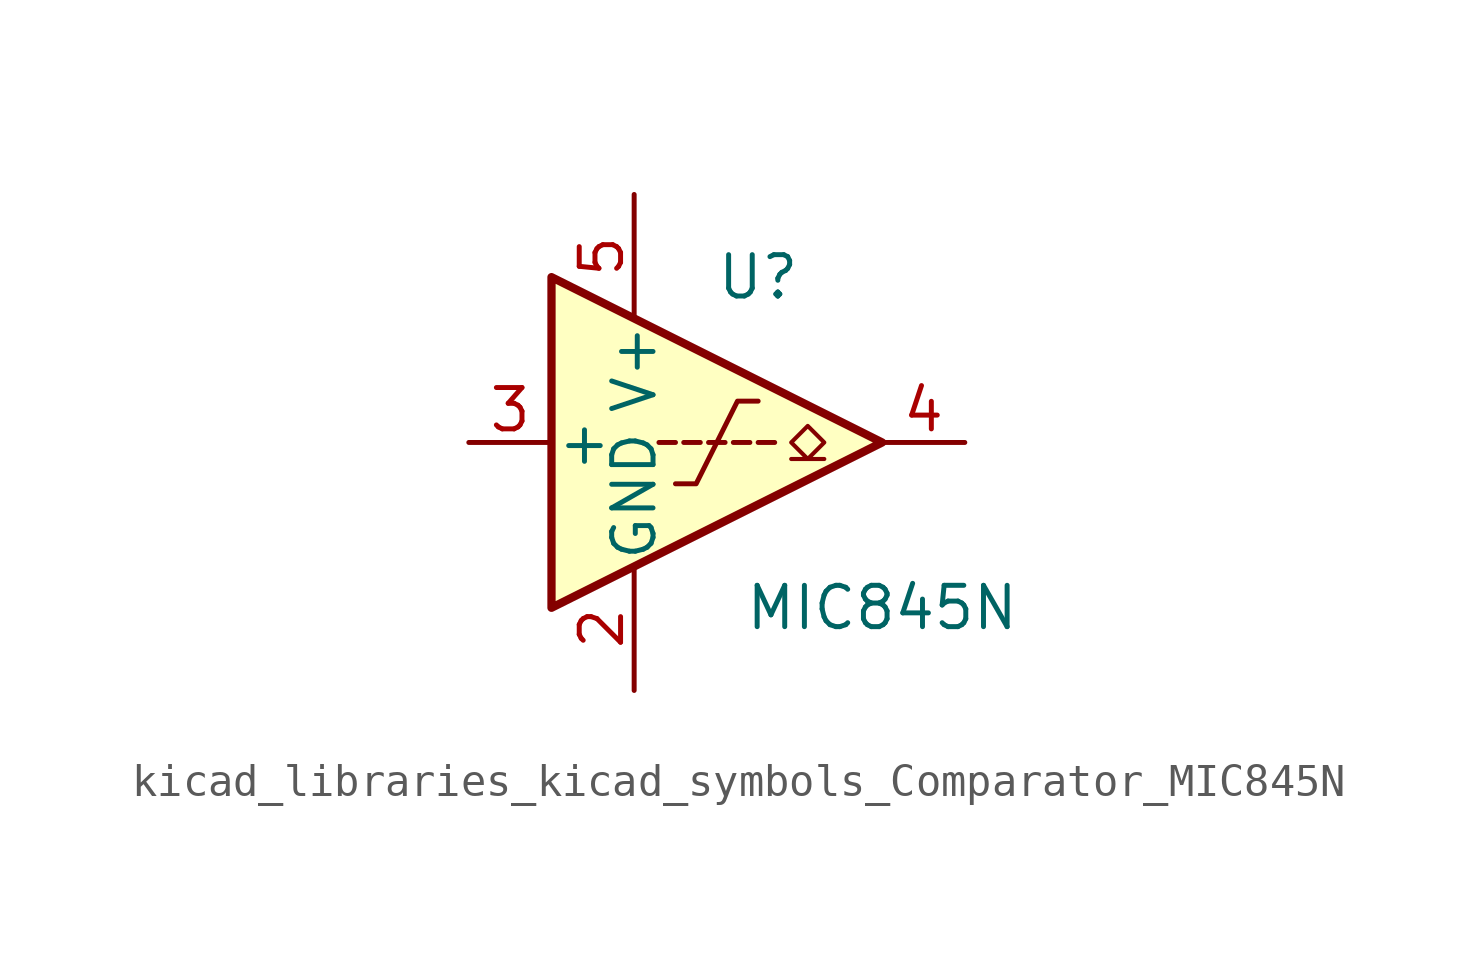
<source format=kicad_sym>
(kicad_symbol_lib
  (version 20220914)
  (generator kicad_symbol_editor)
  (symbol "kicad_libraries_kicad_symbols_Comparator_MIC845N"
    (pin_names
      (offset 0.127))
    (property "Reference" "U"
      (at 3.81 5.08 0)
      (effects (font (size 1.27 1.27))))
    (property "Value" "MIC845N"
      (at 7.62 -5.08 0)
      (effects (font (size 1.27 1.27))))
    (symbol "kicad_libraries_kicad_symbols_Comparator_MIC845N_0_1"
      (polyline (pts (xy 1.27 0) (xy 0.762 0)) (stroke (width 0) (type default)) (fill (type none)))
      (polyline (pts (xy 2.032 0) (xy 1.524 0)) (stroke (width 0) (type default)) (fill (type none)))
      (polyline (pts (xy 2.286 0) (xy 2.794 0)) (stroke (width 0) (type default)) (fill (type none)))
      (polyline (pts (xy 3.048 0) (xy 3.556 0)) (stroke (width 0) (type default)) (fill (type none)))
      (polyline (pts (xy 3.81 0) (xy 4.318 0)) (stroke (width 0) (type default)) (fill (type none)))
      (polyline (pts (xy -2.54 5.08) (xy 7.62 0) (xy -2.54 -5.08) (xy -2.54 5.08)) (stroke (width 0.254) (type default)) (fill (type background)))
      (polyline (pts (xy 1.27 -1.27) (xy 1.905 -1.27) (xy 3.175 1.27) (xy 3.81 1.27)) (stroke (width 0) (type default)) (fill (type none)))
      (polyline (pts (xy 5.842 -0.508) (xy 5.334 -0.508) (xy 5.842 0) (xy 5.334 0.508) (xy 4.826 0) (xy 5.334 -0.508) (xy 4.826 -0.508)) (stroke (width 0.127) (type default)) (fill (type none))))
    (symbol "kicad_libraries_kicad_symbols_Comparator_MIC845N_1_1"
      (pin no_connect line (at -2.54 0 0) (length 2.54) hide (name "NIC" (effects (font (size 1.27 1.27)))) (number "1" (effects (font (size 1.27 1.27)))))
      (pin power_in line (at 0 -7.62 90) (length 3.81) (name "GND" (effects (font (size 1.27 1.27)))) (number "2" (effects (font (size 1.27 1.27)))))
      (pin input line (at -5.08 0 0) (length 2.54) (name "+" (effects (font (size 1.27 1.27)))) (number "3" (effects (font (size 1.27 1.27)))))
      (pin open_collector line (at 10.16 0 180) (length 2.54) (name "~" (effects (font (size 1.27 1.27)))) (number "4" (effects (font (size 1.27 1.27)))))
      (pin power_in line (at 0 7.62 270) (length 3.81) (name "V+" (effects (font (size 1.27 1.27)))) (number "5" (effects (font (size 1.27 1.27))))))))
</source>
